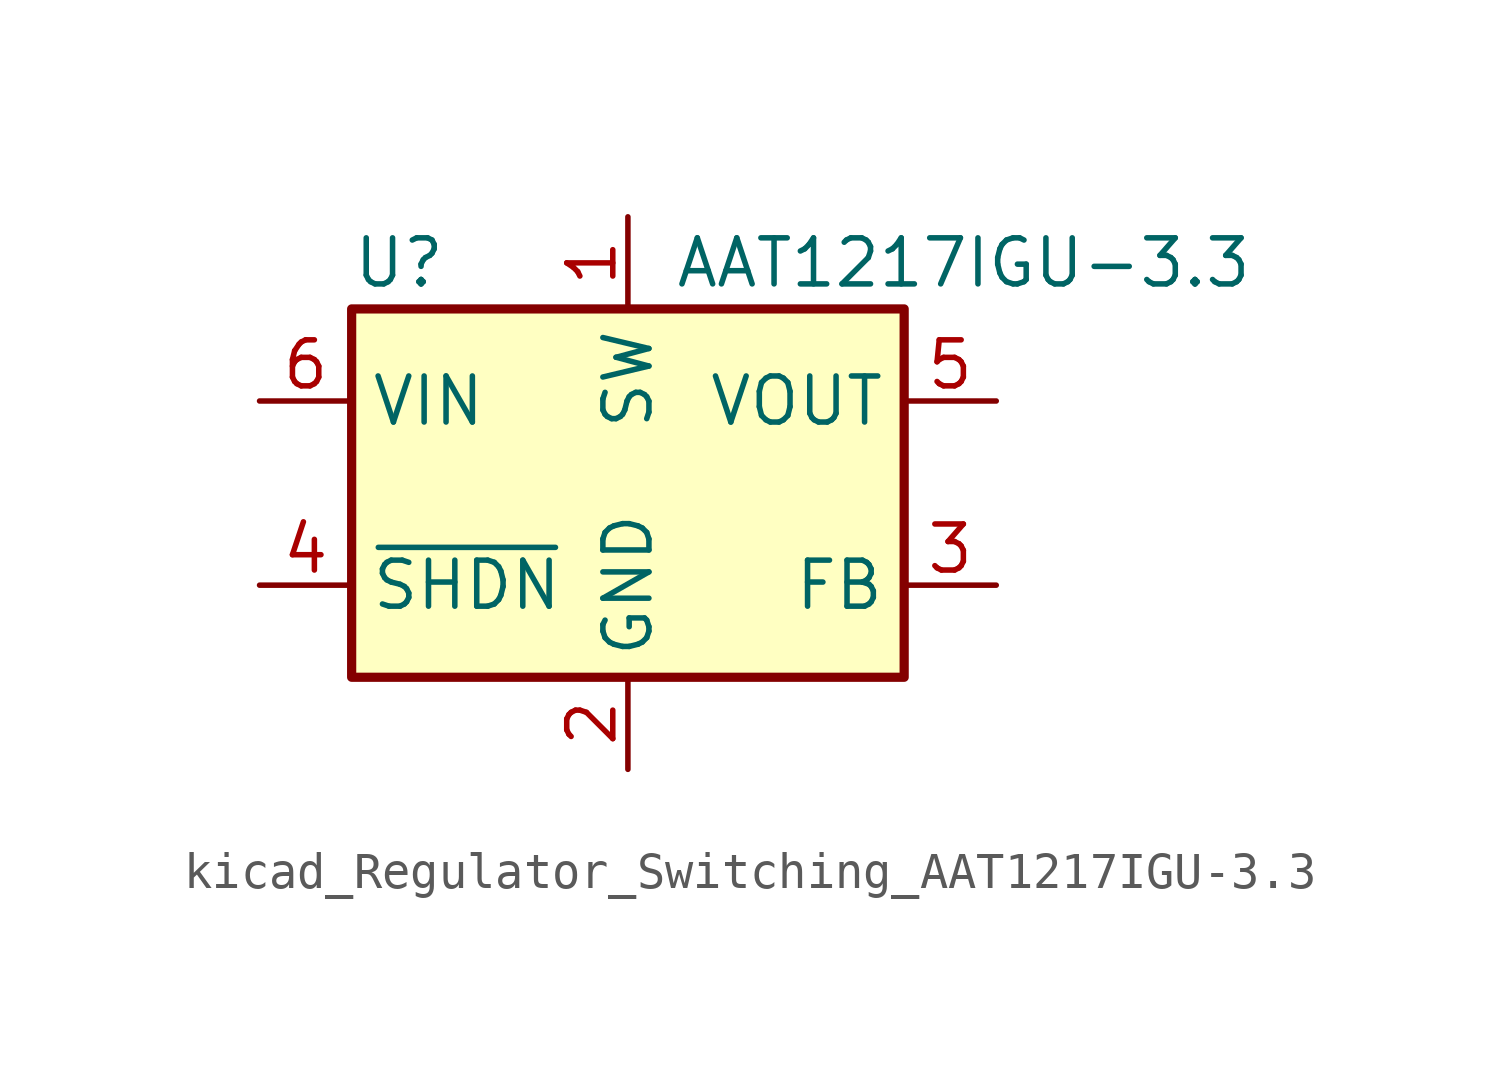
<source format=kicad_sym>
(kicad_symbol_lib
  (version 20220914)
  (generator kicad_symbol_editor)
  (symbol "kicad_Regulator_Switching_AAT1217IGU-3.3"
    (property "Reference" "U"
      (at -7.62 6.35 0)
      (effects (font (size 1.27 1.27)) (justify left)))
    (property "Value" "AAT1217IGU-3.3"
      (at 1.27 6.35 0)
      (effects (font (size 1.27 1.27)) (justify left)))
    (symbol "kicad_Regulator_Switching_AAT1217IGU-3.3_0_1"
      (rectangle (start -7.62 5.08) (end 7.62 -5.08) (stroke (width 0.254) (type default)) (fill (type background))))
    (symbol "kicad_Regulator_Switching_AAT1217IGU-3.3_1_1"
      (pin passive line (at 0 7.62 270) (length 2.54) (name "SW" (effects (font (size 1.27 1.27)))) (number "1" (effects (font (size 1.27 1.27)))))
      (pin power_in line (at 0 -7.62 90) (length 2.54) (name "GND" (effects (font (size 1.27 1.27)))) (number "2" (effects (font (size 1.27 1.27)))))
      (pin passive line (at 10.16 -2.54 180) (length 2.54) (name "FB" (effects (font (size 1.27 1.27)))) (number "3" (effects (font (size 1.27 1.27)))))
      (pin input line (at -10.16 -2.54 0) (length 2.54) (name "~{SHDN}" (effects (font (size 1.27 1.27)))) (number "4" (effects (font (size 1.27 1.27)))))
      (pin power_out line (at 10.16 2.54 180) (length 2.54) (name "VOUT" (effects (font (size 1.27 1.27)))) (number "5" (effects (font (size 1.27 1.27)))))
      (pin power_in line (at -10.16 2.54 0) (length 2.54) (name "VIN" (effects (font (size 1.27 1.27)))) (number "6" (effects (font (size 1.27 1.27))))))))
</source>
